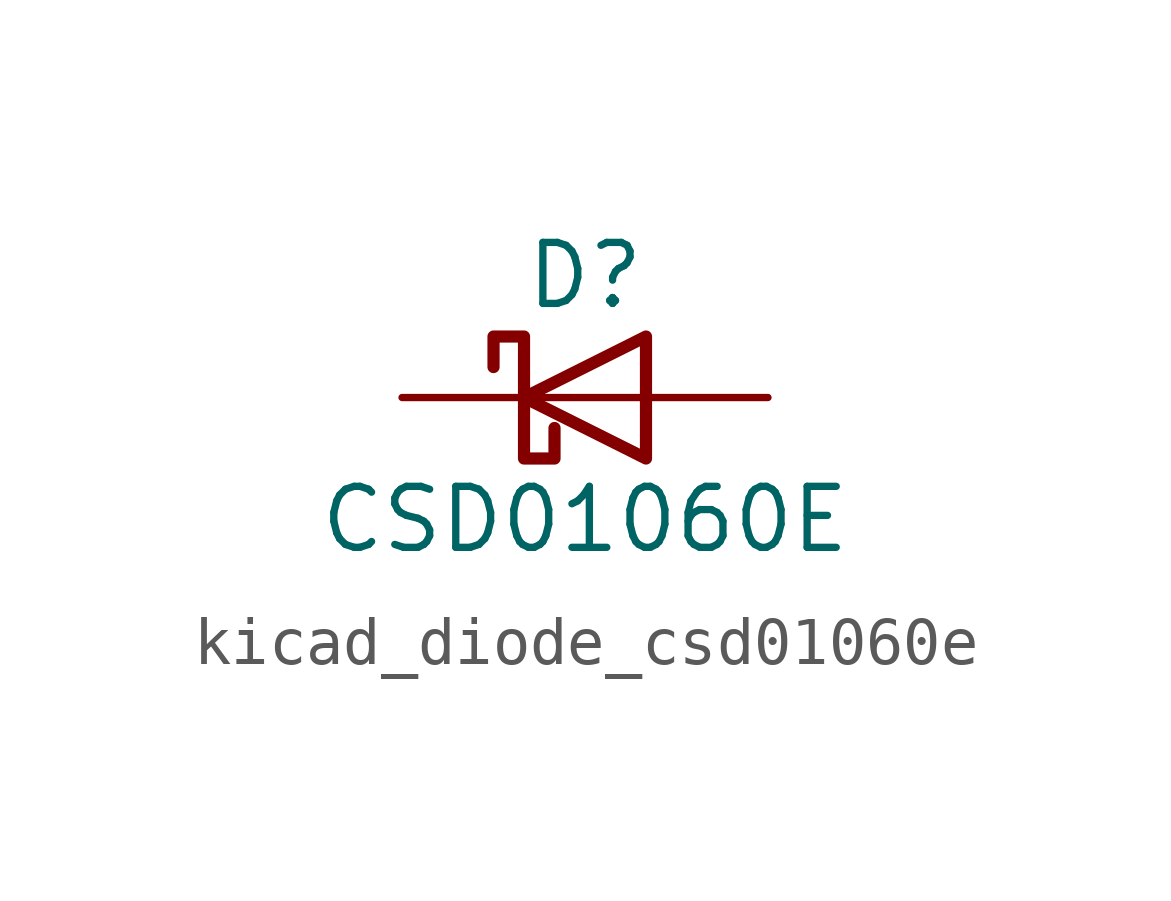
<source format=kicad_sym>
(kicad_symbol_lib
  (version 20220914)
  (generator kicad_symbol_editor)
  (symbol "kicad_diode_csd01060e"
    (pin_numbers hide)
    (pin_names
      (offset 1.016) hide)
    (property "Reference" "D"
      (at 0 2.54 0)
      (effects (font (size 1.27 1.27))))
    (property "Value" "CSD01060E"
      (at 0 -2.54 0)
      (effects (font (size 1.27 1.27))))
    (symbol "kicad_diode_csd01060e_0_1"
      (polyline (pts (xy 1.27 0) (xy -1.27 0)) (stroke (width 0) (type default)) (fill (type none)))
      (polyline (pts (xy 1.27 1.27) (xy 1.27 -1.27) (xy -1.27 0) (xy 1.27 1.27)) (stroke (width 0.254) (type default)) (fill (type none)))
      (polyline (pts (xy -1.905 0.635) (xy -1.905 1.27) (xy -1.27 1.27) (xy -1.27 -1.27) (xy -0.635 -1.27) (xy -0.635 -0.635)) (stroke (width 0.254) (type default)) (fill (type none))))
    (symbol "kicad_diode_csd01060e_1_1"
      (pin passive line (at -3.81 0 0) (length 2.54) (name "K" (effects (font (size 1.27 1.27)))) (number "1" (effects (font (size 1.27 1.27)))))
      (pin passive line (at 3.81 0 180) (length 2.54) (name "A" (effects (font (size 1.27 1.27)))) (number "2" (effects (font (size 1.27 1.27))))))))
</source>
